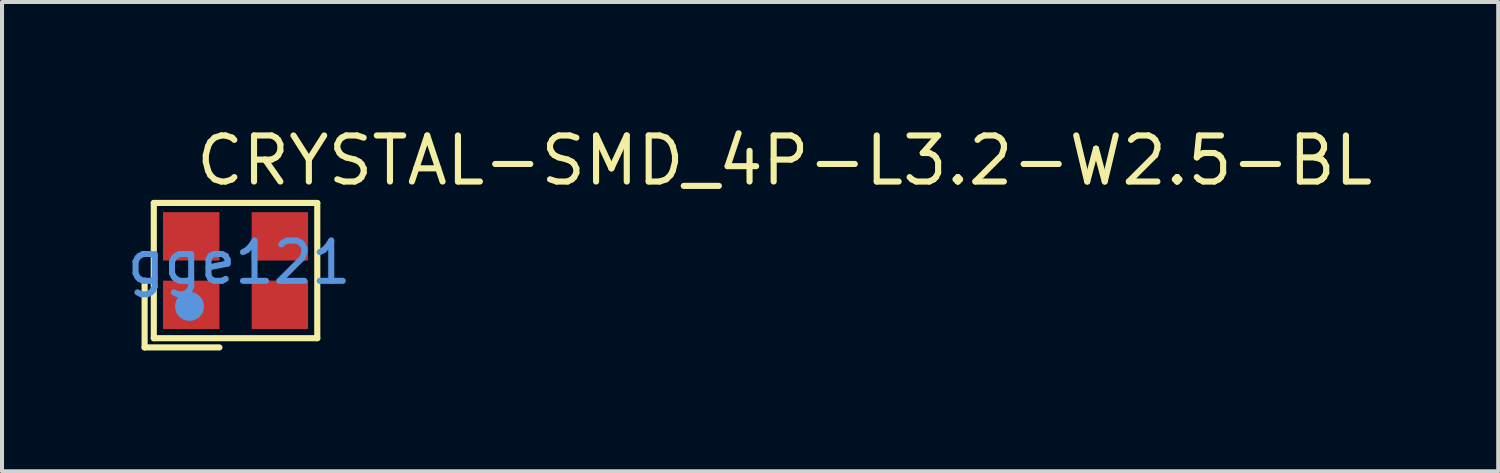
<source format=kicad_pcb>
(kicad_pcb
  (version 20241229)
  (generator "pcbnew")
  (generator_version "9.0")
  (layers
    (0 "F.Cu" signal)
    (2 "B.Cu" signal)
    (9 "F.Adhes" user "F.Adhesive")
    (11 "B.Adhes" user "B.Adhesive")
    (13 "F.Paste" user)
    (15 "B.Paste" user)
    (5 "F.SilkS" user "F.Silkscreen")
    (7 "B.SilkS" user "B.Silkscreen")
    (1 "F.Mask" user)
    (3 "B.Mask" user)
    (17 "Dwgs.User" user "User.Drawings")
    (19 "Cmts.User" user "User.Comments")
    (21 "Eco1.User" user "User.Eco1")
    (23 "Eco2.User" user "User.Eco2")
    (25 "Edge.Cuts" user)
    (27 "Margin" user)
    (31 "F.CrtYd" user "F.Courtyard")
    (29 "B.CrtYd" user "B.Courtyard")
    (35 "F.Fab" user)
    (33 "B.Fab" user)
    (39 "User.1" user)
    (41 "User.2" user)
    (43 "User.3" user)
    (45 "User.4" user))
  (footprint "CRYSTAL-SMD_4P-L3.2-W2.5-BL"
    (layer "F.Cu")
    (at 2.797 3.667)
    (property "Reference" "CRYSTAL-SMD_4P-L3.2-W2.5-BL" (at -1.056 -2.732 0) (layer "F.SilkS") (effects (font (size 1.143 1.143) (thickness 0.152)) (justify left)))
    (attr smd)
    (fp_line (start -2.257 0.25) (end -2.257 1.907) (stroke (width 0.152) (type solid)) (layer "F.SilkS"))
    (fp_line (start -2.257 1.907) (end -0.4 1.907) (stroke (width 0.152) (type solid)) (layer "F.SilkS"))
    (fp_line (start -2.029 -1.679) (end 2.029 -1.679) (stroke (width 0.152) (type solid)) (layer "F.SilkS"))
    (fp_line (start -2.029 1.678) (end -2.029 -1.679) (stroke (width 0.152) (type solid)) (layer "F.SilkS"))
    (fp_line (start 2.029 -1.679) (end 2.029 1.678) (stroke (width 0.152) (type solid)) (layer "F.SilkS"))
    (fp_line (start 2.029 1.678) (end -2.029 1.678) (stroke (width 0.152) (type solid)) (layer "F.SilkS"))
    (fp_circle (center -1.143 0.889) (end -0.963 0.889) (stroke (width 0.36) (type solid)) (fill no) (layer "Cmts.User"))
    (fp_text user "gge121" (at 0.09 -0.2 0) (layer "Cmts.User") (effects (font (size 1 1) (thickness 0.15))))
    (pad "1" smd rect (at -1.1 0.85) (size 1.4 1.2) (layers "F.Cu" "F.Mask" "F.Paste"))
    (pad "2" smd rect (at 1.1 0.85) (size 1.4 1.2) (layers "F.Cu" "F.Mask" "F.Paste"))
    (pad "3" smd rect (at 1.1 -0.85) (size 1.4 1.2) (layers "F.Cu" "F.Mask" "F.Paste"))
    (pad "4" smd rect (at -1.1 -0.85) (size 1.4 1.2) (layers "F.Cu" "F.Mask" "F.Paste")))
  (gr_rect
    (start -3 -3)
    (end 34.142 8.65)
    (stroke (width 0.1) (type default))
    (fill no)
    (layer "Edge.Cuts")))
</source>
